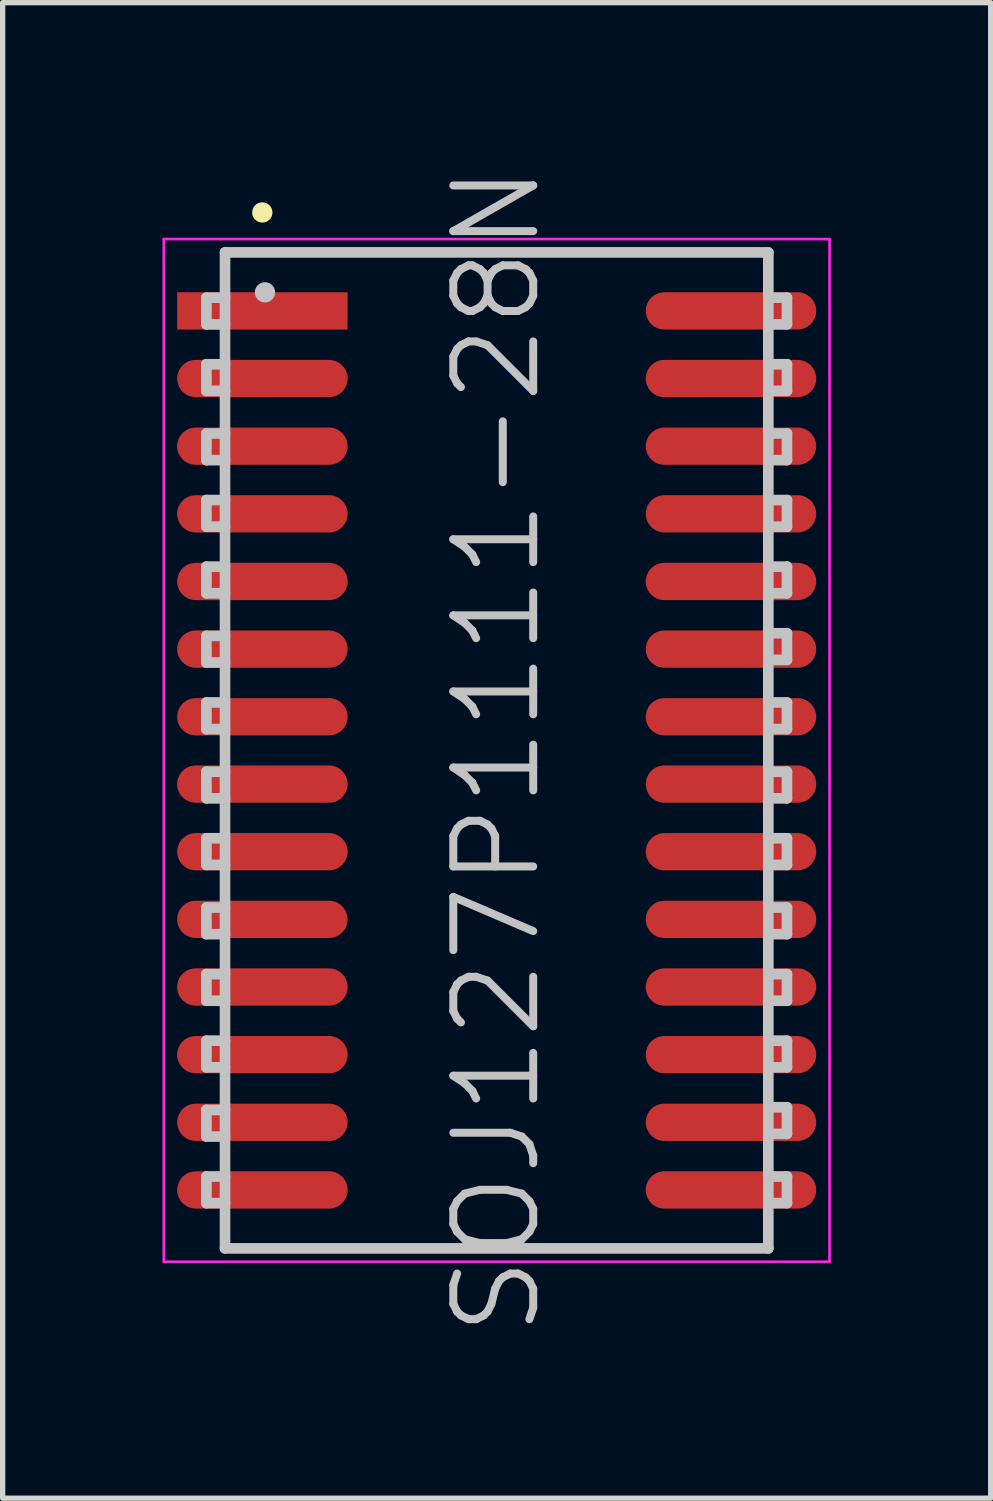
<source format=kicad_pcb>
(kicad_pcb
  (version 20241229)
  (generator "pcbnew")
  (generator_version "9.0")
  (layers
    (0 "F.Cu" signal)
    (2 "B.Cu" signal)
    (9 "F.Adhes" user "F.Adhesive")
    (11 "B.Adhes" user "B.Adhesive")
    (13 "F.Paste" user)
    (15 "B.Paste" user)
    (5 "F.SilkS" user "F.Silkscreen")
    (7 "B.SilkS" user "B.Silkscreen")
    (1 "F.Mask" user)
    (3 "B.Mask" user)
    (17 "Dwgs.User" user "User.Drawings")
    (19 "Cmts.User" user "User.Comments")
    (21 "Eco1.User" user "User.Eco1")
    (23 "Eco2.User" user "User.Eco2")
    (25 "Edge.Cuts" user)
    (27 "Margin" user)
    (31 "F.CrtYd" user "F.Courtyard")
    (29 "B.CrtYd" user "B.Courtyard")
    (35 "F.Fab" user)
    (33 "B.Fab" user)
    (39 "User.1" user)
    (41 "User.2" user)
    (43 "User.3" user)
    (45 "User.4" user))
  (footprint "SOJ127P1111-28N"
    (layer "F.Cu")
    (at 6.275 11.039)
    (property "Reference" "SOJ127P1111-28N" (at 0 0 90) (layer "Dwgs.User") (effects (font (size 1.5 1.5) (thickness 0.15))))
    (attr smd)
    (fp_line (start -4.4 -10.1) (end -4.4 -10.1) (stroke (width 0.381) (type solid)) (layer "F.SilkS"))
    (fp_line (start -5.45 -8.5) (end -5.45 -8) (stroke (width 0.2) (type solid)) (layer "Dwgs.User"))
    (fp_line (start -5.45 -8) (end -5.1 -8) (stroke (width 0.2) (type solid)) (layer "Dwgs.User"))
    (fp_line (start -5.45 -7.25) (end -5.45 -6.75) (stroke (width 0.2) (type solid)) (layer "Dwgs.User"))
    (fp_line (start -5.45 -6.75) (end -5.1 -6.75) (stroke (width 0.2) (type solid)) (layer "Dwgs.User"))
    (fp_line (start -5.45 -5.95) (end -5.45 -5.45) (stroke (width 0.2) (type solid)) (layer "Dwgs.User"))
    (fp_line (start -5.45 -5.45) (end -5.1 -5.45) (stroke (width 0.2) (type solid)) (layer "Dwgs.User"))
    (fp_line (start -5.45 -4.7) (end -5.45 -4.2) (stroke (width 0.2) (type solid)) (layer "Dwgs.User"))
    (fp_line (start -5.45 -4.2) (end -5.1 -4.2) (stroke (width 0.2) (type solid)) (layer "Dwgs.User"))
    (fp_line (start -5.45 -3.45) (end -5.45 -2.95) (stroke (width 0.2) (type solid)) (layer "Dwgs.User"))
    (fp_line (start -5.45 -2.95) (end -5.1 -2.95) (stroke (width 0.2) (type solid)) (layer "Dwgs.User"))
    (fp_line (start -5.45 -2.15) (end -5.45 -1.65) (stroke (width 0.2) (type solid)) (layer "Dwgs.User"))
    (fp_line (start -5.45 -1.65) (end -5.1 -1.65) (stroke (width 0.2) (type solid)) (layer "Dwgs.User"))
    (fp_line (start -5.45 -0.9) (end -5.45 -0.4) (stroke (width 0.2) (type solid)) (layer "Dwgs.User"))
    (fp_line (start -5.45 -0.4) (end -5.1 -0.4) (stroke (width 0.2) (type solid)) (layer "Dwgs.User"))
    (fp_line (start -5.45 0.4) (end -5.45 0.9) (stroke (width 0.2) (type solid)) (layer "Dwgs.User"))
    (fp_line (start -5.45 0.9) (end -5.1 0.9) (stroke (width 0.2) (type solid)) (layer "Dwgs.User"))
    (fp_line (start -5.45 1.65) (end -5.45 2.15) (stroke (width 0.2) (type solid)) (layer "Dwgs.User"))
    (fp_line (start -5.45 2.15) (end -5.1 2.15) (stroke (width 0.2) (type solid)) (layer "Dwgs.User"))
    (fp_line (start -5.45 2.95) (end -5.45 3.45) (stroke (width 0.2) (type solid)) (layer "Dwgs.User"))
    (fp_line (start -5.45 3.45) (end -5.1 3.45) (stroke (width 0.2) (type solid)) (layer "Dwgs.User"))
    (fp_line (start -5.45 4.2) (end -5.45 4.7) (stroke (width 0.2) (type solid)) (layer "Dwgs.User"))
    (fp_line (start -5.45 4.7) (end -5.1 4.7) (stroke (width 0.2) (type solid)) (layer "Dwgs.User"))
    (fp_line (start -5.45 5.45) (end -5.45 5.95) (stroke (width 0.2) (type solid)) (layer "Dwgs.User"))
    (fp_line (start -5.45 5.95) (end -5.1 5.95) (stroke (width 0.2) (type solid)) (layer "Dwgs.User"))
    (fp_line (start -5.45 6.75) (end -5.45 7.25) (stroke (width 0.2) (type solid)) (layer "Dwgs.User"))
    (fp_line (start -5.45 7.25) (end -5.1 7.25) (stroke (width 0.2) (type solid)) (layer "Dwgs.User"))
    (fp_line (start -5.45 8) (end -5.45 8.5) (stroke (width 0.2) (type solid)) (layer "Dwgs.User"))
    (fp_line (start -5.45 8.5) (end -5.1 8.5) (stroke (width 0.2) (type solid)) (layer "Dwgs.User"))
    (fp_line (start -5.1 -9.35) (end -5.1 9.35) (stroke (width 0.2) (type solid)) (layer "Dwgs.User"))
    (fp_line (start -5.1 -9.35) (end 5.1 -9.35) (stroke (width 0.2) (type solid)) (layer "Dwgs.User"))
    (fp_line (start -5.1 -8.5) (end -5.45 -8.5) (stroke (width 0.2) (type solid)) (layer "Dwgs.User"))
    (fp_line (start -5.1 -7.25) (end -5.45 -7.25) (stroke (width 0.2) (type solid)) (layer "Dwgs.User"))
    (fp_line (start -5.1 -5.95) (end -5.45 -5.95) (stroke (width 0.2) (type solid)) (layer "Dwgs.User"))
    (fp_line (start -5.1 -4.7) (end -5.45 -4.7) (stroke (width 0.2) (type solid)) (layer "Dwgs.User"))
    (fp_line (start -5.1 -3.45) (end -5.45 -3.45) (stroke (width 0.2) (type solid)) (layer "Dwgs.User"))
    (fp_line (start -5.1 -2.15) (end -5.45 -2.15) (stroke (width 0.2) (type solid)) (layer "Dwgs.User"))
    (fp_line (start -5.1 -0.9) (end -5.45 -0.9) (stroke (width 0.2) (type solid)) (layer "Dwgs.User"))
    (fp_line (start -5.1 0.4) (end -5.45 0.4) (stroke (width 0.2) (type solid)) (layer "Dwgs.User"))
    (fp_line (start -5.1 1.65) (end -5.45 1.65) (stroke (width 0.2) (type solid)) (layer "Dwgs.User"))
    (fp_line (start -5.1 2.95) (end -5.45 2.95) (stroke (width 0.2) (type solid)) (layer "Dwgs.User"))
    (fp_line (start -5.1 4.2) (end -5.45 4.2) (stroke (width 0.2) (type solid)) (layer "Dwgs.User"))
    (fp_line (start -5.1 5.45) (end -5.45 5.45) (stroke (width 0.2) (type solid)) (layer "Dwgs.User"))
    (fp_line (start -5.1 6.75) (end -5.45 6.75) (stroke (width 0.2) (type solid)) (layer "Dwgs.User"))
    (fp_line (start -5.1 8) (end -5.45 8) (stroke (width 0.2) (type solid)) (layer "Dwgs.User"))
    (fp_line (start -5.1 9.35) (end 5.1 9.35) (stroke (width 0.2) (type solid)) (layer "Dwgs.User"))
    (fp_line (start -4.35 -8.6) (end -4.35 -8.6) (stroke (width 0.381) (type solid)) (layer "Dwgs.User"))
    (fp_line (start 5.1 -9.35) (end 5.1 9.35) (stroke (width 0.2) (type solid)) (layer "Dwgs.User"))
    (fp_line (start 5.1 -8.5) (end 5.45 -8.5) (stroke (width 0.2) (type solid)) (layer "Dwgs.User"))
    (fp_line (start 5.1 -7.25) (end 5.45 -7.25) (stroke (width 0.2) (type solid)) (layer "Dwgs.User"))
    (fp_line (start 5.1 -5.95) (end 5.45 -5.95) (stroke (width 0.2) (type solid)) (layer "Dwgs.User"))
    (fp_line (start 5.1 -4.7) (end 5.45 -4.7) (stroke (width 0.2) (type solid)) (layer "Dwgs.User"))
    (fp_line (start 5.1 -3.45) (end 5.45 -3.45) (stroke (width 0.2) (type solid)) (layer "Dwgs.User"))
    (fp_line (start 5.1 -2.2) (end 5.45 -2.2) (stroke (width 0.2) (type solid)) (layer "Dwgs.User"))
    (fp_line (start 5.1 -0.9) (end 5.45 -0.9) (stroke (width 0.2) (type solid)) (layer "Dwgs.User"))
    (fp_line (start 5.1 0.4) (end 5.45 0.4) (stroke (width 0.2) (type solid)) (layer "Dwgs.User"))
    (fp_line (start 5.1 1.65) (end 5.45 1.65) (stroke (width 0.2) (type solid)) (layer "Dwgs.User"))
    (fp_line (start 5.1 2.95) (end 5.45 2.95) (stroke (width 0.2) (type solid)) (layer "Dwgs.User"))
    (fp_line (start 5.1 4.2) (end 5.45 4.2) (stroke (width 0.2) (type solid)) (layer "Dwgs.User"))
    (fp_line (start 5.1 5.45) (end 5.45 5.45) (stroke (width 0.2) (type solid)) (layer "Dwgs.User"))
    (fp_line (start 5.1 6.7) (end 5.45 6.7) (stroke (width 0.2) (type solid)) (layer "Dwgs.User"))
    (fp_line (start 5.1 8) (end 5.45 8) (stroke (width 0.2) (type solid)) (layer "Dwgs.User"))
    (fp_line (start 5.45 -8.5) (end 5.45 -8) (stroke (width 0.2) (type solid)) (layer "Dwgs.User"))
    (fp_line (start 5.45 -8) (end 5.1 -8) (stroke (width 0.2) (type solid)) (layer "Dwgs.User"))
    (fp_line (start 5.45 -7.25) (end 5.45 -6.75) (stroke (width 0.2) (type solid)) (layer "Dwgs.User"))
    (fp_line (start 5.45 -6.75) (end 5.1 -6.75) (stroke (width 0.2) (type solid)) (layer "Dwgs.User"))
    (fp_line (start 5.45 -5.95) (end 5.45 -5.45) (stroke (width 0.2) (type solid)) (layer "Dwgs.User"))
    (fp_line (start 5.45 -5.45) (end 5.1 -5.45) (stroke (width 0.2) (type solid)) (layer "Dwgs.User"))
    (fp_line (start 5.45 -4.7) (end 5.45 -4.2) (stroke (width 0.2) (type solid)) (layer "Dwgs.User"))
    (fp_line (start 5.45 -4.2) (end 5.1 -4.2) (stroke (width 0.2) (type solid)) (layer "Dwgs.User"))
    (fp_line (start 5.45 -3.45) (end 5.45 -2.95) (stroke (width 0.2) (type solid)) (layer "Dwgs.User"))
    (fp_line (start 5.45 -2.95) (end 5.1 -2.95) (stroke (width 0.2) (type solid)) (layer "Dwgs.User"))
    (fp_line (start 5.45 -2.2) (end 5.45 -1.7) (stroke (width 0.2) (type solid)) (layer "Dwgs.User"))
    (fp_line (start 5.45 -1.7) (end 5.1 -1.7) (stroke (width 0.2) (type solid)) (layer "Dwgs.User"))
    (fp_line (start 5.45 -0.9) (end 5.45 -0.4) (stroke (width 0.2) (type solid)) (layer "Dwgs.User"))
    (fp_line (start 5.45 -0.4) (end 5.1 -0.4) (stroke (width 0.2) (type solid)) (layer "Dwgs.User"))
    (fp_line (start 5.45 0.4) (end 5.45 0.9) (stroke (width 0.2) (type solid)) (layer "Dwgs.User"))
    (fp_line (start 5.45 0.9) (end 5.1 0.9) (stroke (width 0.2) (type solid)) (layer "Dwgs.User"))
    (fp_line (start 5.45 1.65) (end 5.45 2.15) (stroke (width 0.2) (type solid)) (layer "Dwgs.User"))
    (fp_line (start 5.45 2.15) (end 5.1 2.15) (stroke (width 0.2) (type solid)) (layer "Dwgs.User"))
    (fp_line (start 5.45 2.95) (end 5.45 3.45) (stroke (width 0.2) (type solid)) (layer "Dwgs.User"))
    (fp_line (start 5.45 3.45) (end 5.1 3.45) (stroke (width 0.2) (type solid)) (layer "Dwgs.User"))
    (fp_line (start 5.45 4.2) (end 5.45 4.7) (stroke (width 0.2) (type solid)) (layer "Dwgs.User"))
    (fp_line (start 5.45 4.7) (end 5.1 4.7) (stroke (width 0.2) (type solid)) (layer "Dwgs.User"))
    (fp_line (start 5.45 5.45) (end 5.45 5.95) (stroke (width 0.2) (type solid)) (layer "Dwgs.User"))
    (fp_line (start 5.45 5.95) (end 5.1 5.95) (stroke (width 0.2) (type solid)) (layer "Dwgs.User"))
    (fp_line (start 5.45 6.7) (end 5.45 7.2) (stroke (width 0.2) (type solid)) (layer "Dwgs.User"))
    (fp_line (start 5.45 7.2) (end 5.1 7.2) (stroke (width 0.2) (type solid)) (layer "Dwgs.User"))
    (fp_line (start 5.45 8) (end 5.45 8.5) (stroke (width 0.2) (type solid)) (layer "Dwgs.User"))
    (fp_line (start 5.45 8.5) (end 5.1 8.5) (stroke (width 0.2) (type solid)) (layer "Dwgs.User"))
    (fp_line (start -6.25 -9.6) (end -6.25 9.6) (stroke (width 0.05) (type solid)) (layer "F.CrtYd"))
    (fp_line (start -6.25 -9.6) (end 6.25 -9.6) (stroke (width 0.05) (type solid)) (layer "F.CrtYd"))
    (fp_line (start -6.25 9.6) (end 6.25 9.6) (stroke (width 0.05) (type solid)) (layer "F.CrtYd"))
    (fp_line (start 6.25 -9.6) (end 6.25 9.6) (stroke (width 0.05) (type solid)) (layer "F.CrtYd"))
    (pad "1" smd rect (at -4.399 -8.252 90) (size 0.7 3.2) (layers "F.Cu" "F.Mask" "F.Paste"))
    (pad "2" smd oval (at -4.399 -6.982 90) (size 0.7 3.2) (layers "F.Cu" "F.Mask" "F.Paste"))
    (pad "3" smd oval (at -4.399 -5.712 90) (size 0.7 3.2) (layers "F.Cu" "F.Mask" "F.Paste"))
    (pad "4" smd oval (at -4.399 -4.442 90) (size 0.7 3.2) (layers "F.Cu" "F.Mask" "F.Paste"))
    (pad "5" smd oval (at -4.399 -3.172 90) (size 0.7 3.2) (layers "F.Cu" "F.Mask" "F.Paste"))
    (pad "6" smd oval (at -4.399 -1.902 90) (size 0.7 3.2) (layers "F.Cu" "F.Mask" "F.Paste"))
    (pad "7" smd oval (at -4.399 -0.632 90) (size 0.7 3.2) (layers "F.Cu" "F.Mask" "F.Paste"))
    (pad "8" smd oval (at -4.399 0.632 90) (size 0.7 3.2) (layers "F.Cu" "F.Mask" "F.Paste"))
    (pad "9" smd oval (at -4.399 1.902 90) (size 0.7 3.2) (layers "F.Cu" "F.Mask" "F.Paste"))
    (pad "10" smd oval (at -4.399 3.172 90) (size 0.7 3.2) (layers "F.Cu" "F.Mask" "F.Paste"))
    (pad "11" smd oval (at -4.399 4.442 90) (size 0.7 3.2) (layers "F.Cu" "F.Mask" "F.Paste"))
    (pad "12" smd oval (at -4.399 5.712 90) (size 0.7 3.2) (layers "F.Cu" "F.Mask" "F.Paste"))
    (pad "13" smd oval (at -4.399 6.982 90) (size 0.7 3.2) (layers "F.Cu" "F.Mask" "F.Paste"))
    (pad "14" smd oval (at -4.399 8.252 90) (size 0.7 3.2) (layers "F.Cu" "F.Mask" "F.Paste"))
    (pad "15" smd oval (at 4.399 8.252 270) (size 0.7 3.2) (layers "F.Cu" "F.Mask" "F.Paste"))
    (pad "16" smd oval (at 4.399 6.982 270) (size 0.7 3.2) (layers "F.Cu" "F.Mask" "F.Paste"))
    (pad "17" smd oval (at 4.399 5.712 270) (size 0.7 3.2) (layers "F.Cu" "F.Mask" "F.Paste"))
    (pad "18" smd oval (at 4.399 4.442 270) (size 0.7 3.2) (layers "F.Cu" "F.Mask" "F.Paste"))
    (pad "19" smd oval (at 4.399 3.172 270) (size 0.7 3.2) (layers "F.Cu" "F.Mask" "F.Paste"))
    (pad "20" smd oval (at 4.399 1.902 270) (size 0.7 3.2) (layers "F.Cu" "F.Mask" "F.Paste"))
    (pad "21" smd oval (at 4.399 0.632 270) (size 0.7 3.2) (layers "F.Cu" "F.Mask" "F.Paste"))
    (pad "22" smd oval (at 4.399 -0.632 270) (size 0.7 3.2) (layers "F.Cu" "F.Mask" "F.Paste"))
    (pad "23" smd oval (at 4.399 -1.902 270) (size 0.7 3.2) (layers "F.Cu" "F.Mask" "F.Paste"))
    (pad "24" smd oval (at 4.399 -3.172 270) (size 0.7 3.2) (layers "F.Cu" "F.Mask" "F.Paste"))
    (pad "25" smd oval (at 4.399 -4.442 270) (size 0.7 3.2) (layers "F.Cu" "F.Mask" "F.Paste"))
    (pad "26" smd oval (at 4.399 -5.712 270) (size 0.7 3.2) (layers "F.Cu" "F.Mask" "F.Paste"))
    (pad "27" smd oval (at 4.399 -6.982 270) (size 0.7 3.2) (layers "F.Cu" "F.Mask" "F.Paste"))
    (pad "28" smd oval (at 4.399 -8.252 270) (size 0.7 3.2) (layers "F.Cu" "F.Mask" "F.Paste")))
  (gr_rect
    (start -3 -3)
    (end 15.55 25.079)
    (stroke (width 0.1) (type default))
    (fill no)
    (layer "Edge.Cuts")))
</source>
